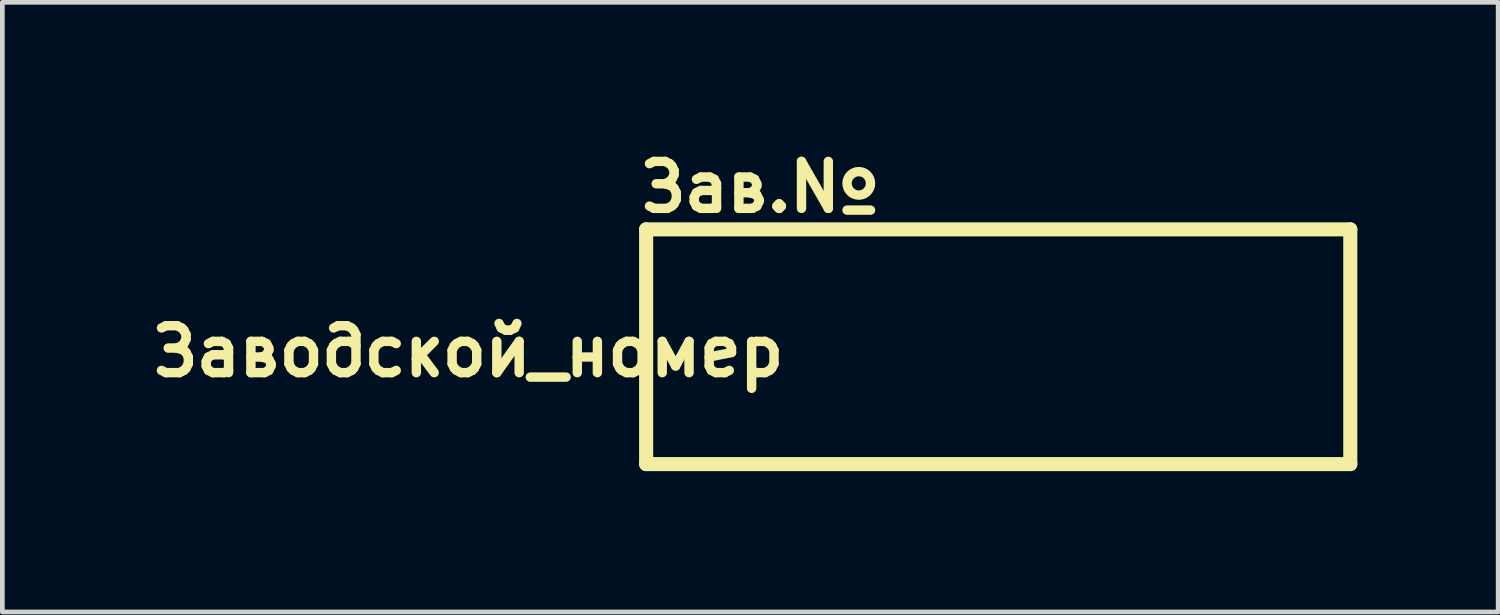
<source format=kicad_pcb>
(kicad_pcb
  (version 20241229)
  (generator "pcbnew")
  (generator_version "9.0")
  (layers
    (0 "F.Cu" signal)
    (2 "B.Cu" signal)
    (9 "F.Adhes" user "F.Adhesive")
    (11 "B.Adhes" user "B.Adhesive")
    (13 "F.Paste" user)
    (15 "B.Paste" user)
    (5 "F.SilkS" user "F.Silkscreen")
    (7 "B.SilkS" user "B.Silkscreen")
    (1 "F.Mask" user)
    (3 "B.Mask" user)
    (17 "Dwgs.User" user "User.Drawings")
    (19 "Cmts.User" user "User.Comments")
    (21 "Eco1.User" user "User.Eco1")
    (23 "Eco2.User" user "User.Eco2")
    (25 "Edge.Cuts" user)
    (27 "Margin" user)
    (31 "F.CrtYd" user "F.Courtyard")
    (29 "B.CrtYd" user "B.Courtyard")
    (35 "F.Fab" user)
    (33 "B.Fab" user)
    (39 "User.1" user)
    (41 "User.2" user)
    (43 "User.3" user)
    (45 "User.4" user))
  (footprint "Заводской_номер"
    (layer "F.Cu")
    (at 10.714 1.836)
    (property "Reference" "Заводской_номер" (at -3.8 2.6 0) (layer "F.SilkS") (effects (font (size 1 1) (thickness 0.2))))
    (attr through_hole)
    (fp_line (start 0 0) (end 15 0) (stroke (width 0.3) (type solid)) (layer "F.SilkS"))
    (fp_line (start 0 5) (end 0 0) (stroke (width 0.3) (type solid)) (layer "F.SilkS"))
    (fp_line (start 4.28 -0.41) (end 4.78 -0.41) (stroke (width 0.2) (type solid)) (layer "F.SilkS"))
    (fp_line (start 15 0) (end 15 5) (stroke (width 0.3) (type solid)) (layer "F.SilkS"))
    (fp_line (start 15 5) (end 0 5) (stroke (width 0.3) (type solid)) (layer "F.SilkS"))
    (fp_circle (center 4.53 -0.98) (end 4.78 -0.98) (stroke (width 0.2) (type solid)) (fill no) (layer "F.SilkS"))
    (fp_text user "Зав.N" (at 2 -0.9 0) (layer "F.SilkS") (effects (font (size 1 1) (thickness 0.2))))
    (pad "" smd rect (at 7.5 2.5) (size 14 4) (layers "F.Mask")))
  (gr_rect
    (start -3 -3)
    (end 28.864 9.986)
    (stroke (width 0.1) (type default))
    (fill no)
    (layer "Edge.Cuts")))
</source>
